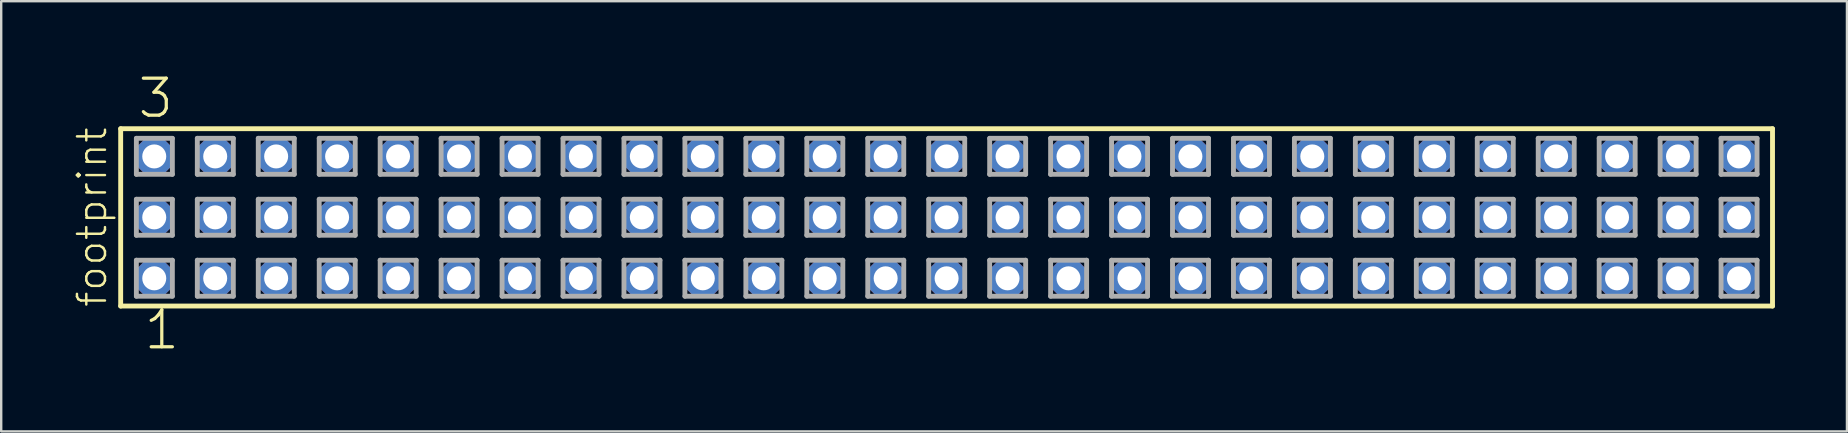
<source format=kicad_pcb>
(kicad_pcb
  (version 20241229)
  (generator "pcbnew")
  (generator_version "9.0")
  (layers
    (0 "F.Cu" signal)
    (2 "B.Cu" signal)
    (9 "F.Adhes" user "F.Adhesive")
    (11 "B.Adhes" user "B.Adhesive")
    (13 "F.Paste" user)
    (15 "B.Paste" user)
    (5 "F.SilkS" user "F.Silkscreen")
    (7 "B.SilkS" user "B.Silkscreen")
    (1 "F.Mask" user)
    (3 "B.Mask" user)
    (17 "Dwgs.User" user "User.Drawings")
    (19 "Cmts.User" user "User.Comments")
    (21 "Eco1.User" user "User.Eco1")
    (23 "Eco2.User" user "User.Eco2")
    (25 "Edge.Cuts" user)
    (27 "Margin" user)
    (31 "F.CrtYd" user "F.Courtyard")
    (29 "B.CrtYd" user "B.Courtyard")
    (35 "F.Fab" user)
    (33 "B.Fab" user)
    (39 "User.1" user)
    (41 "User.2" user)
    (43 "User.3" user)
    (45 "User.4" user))
  (footprint "footprint"
    (layer "F.Cu")
    (at 36.398 6.009)
    (property "Reference" "footprint" (at -34.925 3.81 90) (layer "F.SilkS") (effects (font (size 1.168 1.168) (thickness 0.102)) (justify left bottom)))
    (fp_line (start -34.419 -3.695) (end 34.419 -3.695) (stroke (width 0.203) (type solid)) (layer "F.SilkS"))
    (fp_line (start -34.419 3.695) (end -34.419 -3.695) (stroke (width 0.203) (type solid)) (layer "F.SilkS"))
    (fp_line (start 34.419 -3.695) (end 34.419 3.695) (stroke (width 0.203) (type solid)) (layer "F.SilkS"))
    (fp_line (start 34.419 3.695) (end -34.419 3.695) (stroke (width 0.203) (type solid)) (layer "F.SilkS"))
    (fp_line (start -33.765 -3.295) (end -32.265 -3.295) (stroke (width 0.203) (type solid)) (layer "F.Fab"))
    (fp_line (start -33.765 -1.795) (end -33.765 -3.295) (stroke (width 0.203) (type solid)) (layer "F.Fab"))
    (fp_line (start -33.765 -0.755) (end -32.265 -0.755) (stroke (width 0.203) (type solid)) (layer "F.Fab"))
    (fp_line (start -33.765 0.745) (end -33.765 -0.755) (stroke (width 0.203) (type solid)) (layer "F.Fab"))
    (fp_line (start -33.765 1.785) (end -32.265 1.785) (stroke (width 0.203) (type solid)) (layer "F.Fab"))
    (fp_line (start -33.765 3.285) (end -33.765 1.785) (stroke (width 0.203) (type solid)) (layer "F.Fab"))
    (fp_line (start -32.265 -3.295) (end -32.265 -1.795) (stroke (width 0.203) (type solid)) (layer "F.Fab"))
    (fp_line (start -32.265 -1.795) (end -33.765 -1.795) (stroke (width 0.203) (type solid)) (layer "F.Fab"))
    (fp_line (start -32.265 -0.755) (end -32.265 0.745) (stroke (width 0.203) (type solid)) (layer "F.Fab"))
    (fp_line (start -32.265 0.745) (end -33.765 0.745) (stroke (width 0.203) (type solid)) (layer "F.Fab"))
    (fp_line (start -32.265 1.785) (end -32.265 3.285) (stroke (width 0.203) (type solid)) (layer "F.Fab"))
    (fp_line (start -32.265 3.285) (end -33.765 3.285) (stroke (width 0.203) (type solid)) (layer "F.Fab"))
    (fp_line (start -31.225 -3.295) (end -29.725 -3.295) (stroke (width 0.203) (type solid)) (layer "F.Fab"))
    (fp_line (start -31.225 -1.795) (end -31.225 -3.295) (stroke (width 0.203) (type solid)) (layer "F.Fab"))
    (fp_line (start -31.225 -0.755) (end -29.725 -0.755) (stroke (width 0.203) (type solid)) (layer "F.Fab"))
    (fp_line (start -31.225 0.745) (end -31.225 -0.755) (stroke (width 0.203) (type solid)) (layer "F.Fab"))
    (fp_line (start -31.225 1.785) (end -29.725 1.785) (stroke (width 0.203) (type solid)) (layer "F.Fab"))
    (fp_line (start -31.225 3.285) (end -31.225 1.785) (stroke (width 0.203) (type solid)) (layer "F.Fab"))
    (fp_line (start -29.725 -3.295) (end -29.725 -1.795) (stroke (width 0.203) (type solid)) (layer "F.Fab"))
    (fp_line (start -29.725 -1.795) (end -31.225 -1.795) (stroke (width 0.203) (type solid)) (layer "F.Fab"))
    (fp_line (start -29.725 -0.755) (end -29.725 0.745) (stroke (width 0.203) (type solid)) (layer "F.Fab"))
    (fp_line (start -29.725 0.745) (end -31.225 0.745) (stroke (width 0.203) (type solid)) (layer "F.Fab"))
    (fp_line (start -29.725 1.785) (end -29.725 3.285) (stroke (width 0.203) (type solid)) (layer "F.Fab"))
    (fp_line (start -29.725 3.285) (end -31.225 3.285) (stroke (width 0.203) (type solid)) (layer "F.Fab"))
    (fp_line (start -28.685 -3.295) (end -27.185 -3.295) (stroke (width 0.203) (type solid)) (layer "F.Fab"))
    (fp_line (start -28.685 -1.795) (end -28.685 -3.295) (stroke (width 0.203) (type solid)) (layer "F.Fab"))
    (fp_line (start -28.685 -0.755) (end -27.185 -0.755) (stroke (width 0.203) (type solid)) (layer "F.Fab"))
    (fp_line (start -28.685 0.745) (end -28.685 -0.755) (stroke (width 0.203) (type solid)) (layer "F.Fab"))
    (fp_line (start -28.685 1.785) (end -27.185 1.785) (stroke (width 0.203) (type solid)) (layer "F.Fab"))
    (fp_line (start -28.685 3.285) (end -28.685 1.785) (stroke (width 0.203) (type solid)) (layer "F.Fab"))
    (fp_line (start -27.185 -3.295) (end -27.185 -1.795) (stroke (width 0.203) (type solid)) (layer "F.Fab"))
    (fp_line (start -27.185 -1.795) (end -28.685 -1.795) (stroke (width 0.203) (type solid)) (layer "F.Fab"))
    (fp_line (start -27.185 -0.755) (end -27.185 0.745) (stroke (width 0.203) (type solid)) (layer "F.Fab"))
    (fp_line (start -27.185 0.745) (end -28.685 0.745) (stroke (width 0.203) (type solid)) (layer "F.Fab"))
    (fp_line (start -27.185 1.785) (end -27.185 3.285) (stroke (width 0.203) (type solid)) (layer "F.Fab"))
    (fp_line (start -27.185 3.285) (end -28.685 3.285) (stroke (width 0.203) (type solid)) (layer "F.Fab"))
    (fp_line (start -26.145 -3.295) (end -24.645 -3.295) (stroke (width 0.203) (type solid)) (layer "F.Fab"))
    (fp_line (start -26.145 -1.795) (end -26.145 -3.295) (stroke (width 0.203) (type solid)) (layer "F.Fab"))
    (fp_line (start -26.145 -0.755) (end -24.645 -0.755) (stroke (width 0.203) (type solid)) (layer "F.Fab"))
    (fp_line (start -26.145 0.745) (end -26.145 -0.755) (stroke (width 0.203) (type solid)) (layer "F.Fab"))
    (fp_line (start -26.145 1.785) (end -24.645 1.785) (stroke (width 0.203) (type solid)) (layer "F.Fab"))
    (fp_line (start -26.145 3.285) (end -26.145 1.785) (stroke (width 0.203) (type solid)) (layer "F.Fab"))
    (fp_line (start -24.645 -3.295) (end -24.645 -1.795) (stroke (width 0.203) (type solid)) (layer "F.Fab"))
    (fp_line (start -24.645 -1.795) (end -26.145 -1.795) (stroke (width 0.203) (type solid)) (layer "F.Fab"))
    (fp_line (start -24.645 -0.755) (end -24.645 0.745) (stroke (width 0.203) (type solid)) (layer "F.Fab"))
    (fp_line (start -24.645 0.745) (end -26.145 0.745) (stroke (width 0.203) (type solid)) (layer "F.Fab"))
    (fp_line (start -24.645 1.785) (end -24.645 3.285) (stroke (width 0.203) (type solid)) (layer "F.Fab"))
    (fp_line (start -24.645 3.285) (end -26.145 3.285) (stroke (width 0.203) (type solid)) (layer "F.Fab"))
    (fp_line (start -23.605 -3.295) (end -22.105 -3.295) (stroke (width 0.203) (type solid)) (layer "F.Fab"))
    (fp_line (start -23.605 -1.795) (end -23.605 -3.295) (stroke (width 0.203) (type solid)) (layer "F.Fab"))
    (fp_line (start -23.605 -0.755) (end -22.105 -0.755) (stroke (width 0.203) (type solid)) (layer "F.Fab"))
    (fp_line (start -23.605 0.745) (end -23.605 -0.755) (stroke (width 0.203) (type solid)) (layer "F.Fab"))
    (fp_line (start -23.605 1.785) (end -22.105 1.785) (stroke (width 0.203) (type solid)) (layer "F.Fab"))
    (fp_line (start -23.605 3.285) (end -23.605 1.785) (stroke (width 0.203) (type solid)) (layer "F.Fab"))
    (fp_line (start -22.105 -3.295) (end -22.105 -1.795) (stroke (width 0.203) (type solid)) (layer "F.Fab"))
    (fp_line (start -22.105 -1.795) (end -23.605 -1.795) (stroke (width 0.203) (type solid)) (layer "F.Fab"))
    (fp_line (start -22.105 -0.755) (end -22.105 0.745) (stroke (width 0.203) (type solid)) (layer "F.Fab"))
    (fp_line (start -22.105 0.745) (end -23.605 0.745) (stroke (width 0.203) (type solid)) (layer "F.Fab"))
    (fp_line (start -22.105 1.785) (end -22.105 3.285) (stroke (width 0.203) (type solid)) (layer "F.Fab"))
    (fp_line (start -22.105 3.285) (end -23.605 3.285) (stroke (width 0.203) (type solid)) (layer "F.Fab"))
    (fp_line (start -21.065 -3.295) (end -19.565 -3.295) (stroke (width 0.203) (type solid)) (layer "F.Fab"))
    (fp_line (start -21.065 -1.795) (end -21.065 -3.295) (stroke (width 0.203) (type solid)) (layer "F.Fab"))
    (fp_line (start -21.065 -0.755) (end -19.565 -0.755) (stroke (width 0.203) (type solid)) (layer "F.Fab"))
    (fp_line (start -21.065 0.745) (end -21.065 -0.755) (stroke (width 0.203) (type solid)) (layer "F.Fab"))
    (fp_line (start -21.065 1.785) (end -19.565 1.785) (stroke (width 0.203) (type solid)) (layer "F.Fab"))
    (fp_line (start -21.065 3.285) (end -21.065 1.785) (stroke (width 0.203) (type solid)) (layer "F.Fab"))
    (fp_line (start -19.565 -3.295) (end -19.565 -1.795) (stroke (width 0.203) (type solid)) (layer "F.Fab"))
    (fp_line (start -19.565 -1.795) (end -21.065 -1.795) (stroke (width 0.203) (type solid)) (layer "F.Fab"))
    (fp_line (start -19.565 -0.755) (end -19.565 0.745) (stroke (width 0.203) (type solid)) (layer "F.Fab"))
    (fp_line (start -19.565 0.745) (end -21.065 0.745) (stroke (width 0.203) (type solid)) (layer "F.Fab"))
    (fp_line (start -19.565 1.785) (end -19.565 3.285) (stroke (width 0.203) (type solid)) (layer "F.Fab"))
    (fp_line (start -19.565 3.285) (end -21.065 3.285) (stroke (width 0.203) (type solid)) (layer "F.Fab"))
    (fp_line (start -18.525 -3.295) (end -17.025 -3.295) (stroke (width 0.203) (type solid)) (layer "F.Fab"))
    (fp_line (start -18.525 -1.795) (end -18.525 -3.295) (stroke (width 0.203) (type solid)) (layer "F.Fab"))
    (fp_line (start -18.525 -0.755) (end -17.025 -0.755) (stroke (width 0.203) (type solid)) (layer "F.Fab"))
    (fp_line (start -18.525 0.745) (end -18.525 -0.755) (stroke (width 0.203) (type solid)) (layer "F.Fab"))
    (fp_line (start -18.525 1.785) (end -17.025 1.785) (stroke (width 0.203) (type solid)) (layer "F.Fab"))
    (fp_line (start -18.525 3.285) (end -18.525 1.785) (stroke (width 0.203) (type solid)) (layer "F.Fab"))
    (fp_line (start -17.025 -3.295) (end -17.025 -1.795) (stroke (width 0.203) (type solid)) (layer "F.Fab"))
    (fp_line (start -17.025 -1.795) (end -18.525 -1.795) (stroke (width 0.203) (type solid)) (layer "F.Fab"))
    (fp_line (start -17.025 -0.755) (end -17.025 0.745) (stroke (width 0.203) (type solid)) (layer "F.Fab"))
    (fp_line (start -17.025 0.745) (end -18.525 0.745) (stroke (width 0.203) (type solid)) (layer "F.Fab"))
    (fp_line (start -17.025 1.785) (end -17.025 3.285) (stroke (width 0.203) (type solid)) (layer "F.Fab"))
    (fp_line (start -17.025 3.285) (end -18.525 3.285) (stroke (width 0.203) (type solid)) (layer "F.Fab"))
    (fp_line (start -15.985 -3.295) (end -14.485 -3.295) (stroke (width 0.203) (type solid)) (layer "F.Fab"))
    (fp_line (start -15.985 -1.795) (end -15.985 -3.295) (stroke (width 0.203) (type solid)) (layer "F.Fab"))
    (fp_line (start -15.985 -0.755) (end -14.485 -0.755) (stroke (width 0.203) (type solid)) (layer "F.Fab"))
    (fp_line (start -15.985 0.745) (end -15.985 -0.755) (stroke (width 0.203) (type solid)) (layer "F.Fab"))
    (fp_line (start -15.985 1.785) (end -14.485 1.785) (stroke (width 0.203) (type solid)) (layer "F.Fab"))
    (fp_line (start -15.985 3.285) (end -15.985 1.785) (stroke (width 0.203) (type solid)) (layer "F.Fab"))
    (fp_line (start -14.485 -3.295) (end -14.485 -1.795) (stroke (width 0.203) (type solid)) (layer "F.Fab"))
    (fp_line (start -14.485 -1.795) (end -15.985 -1.795) (stroke (width 0.203) (type solid)) (layer "F.Fab"))
    (fp_line (start -14.485 -0.755) (end -14.485 0.745) (stroke (width 0.203) (type solid)) (layer "F.Fab"))
    (fp_line (start -14.485 0.745) (end -15.985 0.745) (stroke (width 0.203) (type solid)) (layer "F.Fab"))
    (fp_line (start -14.485 1.785) (end -14.485 3.285) (stroke (width 0.203) (type solid)) (layer "F.Fab"))
    (fp_line (start -14.485 3.285) (end -15.985 3.285) (stroke (width 0.203) (type solid)) (layer "F.Fab"))
    (fp_line (start -13.445 -3.295) (end -11.945 -3.295) (stroke (width 0.203) (type solid)) (layer "F.Fab"))
    (fp_line (start -13.445 -1.795) (end -13.445 -3.295) (stroke (width 0.203) (type solid)) (layer "F.Fab"))
    (fp_line (start -13.445 -0.755) (end -11.945 -0.755) (stroke (width 0.203) (type solid)) (layer "F.Fab"))
    (fp_line (start -13.445 0.745) (end -13.445 -0.755) (stroke (width 0.203) (type solid)) (layer "F.Fab"))
    (fp_line (start -13.445 1.785) (end -11.945 1.785) (stroke (width 0.203) (type solid)) (layer "F.Fab"))
    (fp_line (start -13.445 3.285) (end -13.445 1.785) (stroke (width 0.203) (type solid)) (layer "F.Fab"))
    (fp_line (start -11.945 -3.295) (end -11.945 -1.795) (stroke (width 0.203) (type solid)) (layer "F.Fab"))
    (fp_line (start -11.945 -1.795) (end -13.445 -1.795) (stroke (width 0.203) (type solid)) (layer "F.Fab"))
    (fp_line (start -11.945 -0.755) (end -11.945 0.745) (stroke (width 0.203) (type solid)) (layer "F.Fab"))
    (fp_line (start -11.945 0.745) (end -13.445 0.745) (stroke (width 0.203) (type solid)) (layer "F.Fab"))
    (fp_line (start -11.945 1.785) (end -11.945 3.285) (stroke (width 0.203) (type solid)) (layer "F.Fab"))
    (fp_line (start -11.945 3.285) (end -13.445 3.285) (stroke (width 0.203) (type solid)) (layer "F.Fab"))
    (fp_line (start -10.905 -3.295) (end -9.405 -3.295) (stroke (width 0.203) (type solid)) (layer "F.Fab"))
    (fp_line (start -10.905 -1.795) (end -10.905 -3.295) (stroke (width 0.203) (type solid)) (layer "F.Fab"))
    (fp_line (start -10.905 -0.755) (end -9.405 -0.755) (stroke (width 0.203) (type solid)) (layer "F.Fab"))
    (fp_line (start -10.905 0.745) (end -10.905 -0.755) (stroke (width 0.203) (type solid)) (layer "F.Fab"))
    (fp_line (start -10.905 1.785) (end -9.405 1.785) (stroke (width 0.203) (type solid)) (layer "F.Fab"))
    (fp_line (start -10.905 3.285) (end -10.905 1.785) (stroke (width 0.203) (type solid)) (layer "F.Fab"))
    (fp_line (start -9.405 -3.295) (end -9.405 -1.795) (stroke (width 0.203) (type solid)) (layer "F.Fab"))
    (fp_line (start -9.405 -1.795) (end -10.905 -1.795) (stroke (width 0.203) (type solid)) (layer "F.Fab"))
    (fp_line (start -9.405 -0.755) (end -9.405 0.745) (stroke (width 0.203) (type solid)) (layer "F.Fab"))
    (fp_line (start -9.405 0.745) (end -10.905 0.745) (stroke (width 0.203) (type solid)) (layer "F.Fab"))
    (fp_line (start -9.405 1.785) (end -9.405 3.285) (stroke (width 0.203) (type solid)) (layer "F.Fab"))
    (fp_line (start -9.405 3.285) (end -10.905 3.285) (stroke (width 0.203) (type solid)) (layer "F.Fab"))
    (fp_line (start -8.365 -3.295) (end -6.865 -3.295) (stroke (width 0.203) (type solid)) (layer "F.Fab"))
    (fp_line (start -8.365 -1.795) (end -8.365 -3.295) (stroke (width 0.203) (type solid)) (layer "F.Fab"))
    (fp_line (start -8.365 -0.755) (end -6.865 -0.755) (stroke (width 0.203) (type solid)) (layer "F.Fab"))
    (fp_line (start -8.365 0.745) (end -8.365 -0.755) (stroke (width 0.203) (type solid)) (layer "F.Fab"))
    (fp_line (start -8.365 1.785) (end -6.865 1.785) (stroke (width 0.203) (type solid)) (layer "F.Fab"))
    (fp_line (start -8.365 3.285) (end -8.365 1.785) (stroke (width 0.203) (type solid)) (layer "F.Fab"))
    (fp_line (start -6.865 -3.295) (end -6.865 -1.795) (stroke (width 0.203) (type solid)) (layer "F.Fab"))
    (fp_line (start -6.865 -1.795) (end -8.365 -1.795) (stroke (width 0.203) (type solid)) (layer "F.Fab"))
    (fp_line (start -6.865 -0.755) (end -6.865 0.745) (stroke (width 0.203) (type solid)) (layer "F.Fab"))
    (fp_line (start -6.865 0.745) (end -8.365 0.745) (stroke (width 0.203) (type solid)) (layer "F.Fab"))
    (fp_line (start -6.865 1.785) (end -6.865 3.285) (stroke (width 0.203) (type solid)) (layer "F.Fab"))
    (fp_line (start -6.865 3.285) (end -8.365 3.285) (stroke (width 0.203) (type solid)) (layer "F.Fab"))
    (fp_line (start -5.825 -3.295) (end -4.325 -3.295) (stroke (width 0.203) (type solid)) (layer "F.Fab"))
    (fp_line (start -5.825 -1.795) (end -5.825 -3.295) (stroke (width 0.203) (type solid)) (layer "F.Fab"))
    (fp_line (start -5.825 -0.755) (end -4.325 -0.755) (stroke (width 0.203) (type solid)) (layer "F.Fab"))
    (fp_line (start -5.825 0.745) (end -5.825 -0.755) (stroke (width 0.203) (type solid)) (layer "F.Fab"))
    (fp_line (start -5.825 1.785) (end -4.325 1.785) (stroke (width 0.203) (type solid)) (layer "F.Fab"))
    (fp_line (start -5.825 3.285) (end -5.825 1.785) (stroke (width 0.203) (type solid)) (layer "F.Fab"))
    (fp_line (start -4.325 -3.295) (end -4.325 -1.795) (stroke (width 0.203) (type solid)) (layer "F.Fab"))
    (fp_line (start -4.325 -1.795) (end -5.825 -1.795) (stroke (width 0.203) (type solid)) (layer "F.Fab"))
    (fp_line (start -4.325 -0.755) (end -4.325 0.745) (stroke (width 0.203) (type solid)) (layer "F.Fab"))
    (fp_line (start -4.325 0.745) (end -5.825 0.745) (stroke (width 0.203) (type solid)) (layer "F.Fab"))
    (fp_line (start -4.325 1.785) (end -4.325 3.285) (stroke (width 0.203) (type solid)) (layer "F.Fab"))
    (fp_line (start -4.325 3.285) (end -5.825 3.285) (stroke (width 0.203) (type solid)) (layer "F.Fab"))
    (fp_line (start -3.285 -3.295) (end -1.785 -3.295) (stroke (width 0.203) (type solid)) (layer "F.Fab"))
    (fp_line (start -3.285 -1.795) (end -3.285 -3.295) (stroke (width 0.203) (type solid)) (layer "F.Fab"))
    (fp_line (start -3.285 -0.755) (end -1.785 -0.755) (stroke (width 0.203) (type solid)) (layer "F.Fab"))
    (fp_line (start -3.285 0.745) (end -3.285 -0.755) (stroke (width 0.203) (type solid)) (layer "F.Fab"))
    (fp_line (start -3.285 1.785) (end -1.785 1.785) (stroke (width 0.203) (type solid)) (layer "F.Fab"))
    (fp_line (start -3.285 3.285) (end -3.285 1.785) (stroke (width 0.203) (type solid)) (layer "F.Fab"))
    (fp_line (start -1.785 -3.295) (end -1.785 -1.795) (stroke (width 0.203) (type solid)) (layer "F.Fab"))
    (fp_line (start -1.785 -1.795) (end -3.285 -1.795) (stroke (width 0.203) (type solid)) (layer "F.Fab"))
    (fp_line (start -1.785 -0.755) (end -1.785 0.745) (stroke (width 0.203) (type solid)) (layer "F.Fab"))
    (fp_line (start -1.785 0.745) (end -3.285 0.745) (stroke (width 0.203) (type solid)) (layer "F.Fab"))
    (fp_line (start -1.785 1.785) (end -1.785 3.285) (stroke (width 0.203) (type solid)) (layer "F.Fab"))
    (fp_line (start -1.785 3.285) (end -3.285 3.285) (stroke (width 0.203) (type solid)) (layer "F.Fab"))
    (fp_line (start -0.745 -3.295) (end 0.755 -3.295) (stroke (width 0.203) (type solid)) (layer "F.Fab"))
    (fp_line (start -0.745 -1.795) (end -0.745 -3.295) (stroke (width 0.203) (type solid)) (layer "F.Fab"))
    (fp_line (start -0.745 -0.755) (end 0.755 -0.755) (stroke (width 0.203) (type solid)) (layer "F.Fab"))
    (fp_line (start -0.745 0.745) (end -0.745 -0.755) (stroke (width 0.203) (type solid)) (layer "F.Fab"))
    (fp_line (start -0.745 1.785) (end 0.755 1.785) (stroke (width 0.203) (type solid)) (layer "F.Fab"))
    (fp_line (start -0.745 3.285) (end -0.745 1.785) (stroke (width 0.203) (type solid)) (layer "F.Fab"))
    (fp_line (start 0.755 -3.295) (end 0.755 -1.795) (stroke (width 0.203) (type solid)) (layer "F.Fab"))
    (fp_line (start 0.755 -1.795) (end -0.745 -1.795) (stroke (width 0.203) (type solid)) (layer "F.Fab"))
    (fp_line (start 0.755 -0.755) (end 0.755 0.745) (stroke (width 0.203) (type solid)) (layer "F.Fab"))
    (fp_line (start 0.755 0.745) (end -0.745 0.745) (stroke (width 0.203) (type solid)) (layer "F.Fab"))
    (fp_line (start 0.755 1.785) (end 0.755 3.285) (stroke (width 0.203) (type solid)) (layer "F.Fab"))
    (fp_line (start 0.755 3.285) (end -0.745 3.285) (stroke (width 0.203) (type solid)) (layer "F.Fab"))
    (fp_line (start 1.795 -3.295) (end 3.295 -3.295) (stroke (width 0.203) (type solid)) (layer "F.Fab"))
    (fp_line (start 1.795 -1.795) (end 1.795 -3.295) (stroke (width 0.203) (type solid)) (layer "F.Fab"))
    (fp_line (start 1.795 -0.755) (end 3.295 -0.755) (stroke (width 0.203) (type solid)) (layer "F.Fab"))
    (fp_line (start 1.795 0.745) (end 1.795 -0.755) (stroke (width 0.203) (type solid)) (layer "F.Fab"))
    (fp_line (start 1.795 1.785) (end 3.295 1.785) (stroke (width 0.203) (type solid)) (layer "F.Fab"))
    (fp_line (start 1.795 3.285) (end 1.795 1.785) (stroke (width 0.203) (type solid)) (layer "F.Fab"))
    (fp_line (start 3.295 -3.295) (end 3.295 -1.795) (stroke (width 0.203) (type solid)) (layer "F.Fab"))
    (fp_line (start 3.295 -1.795) (end 1.795 -1.795) (stroke (width 0.203) (type solid)) (layer "F.Fab"))
    (fp_line (start 3.295 -0.755) (end 3.295 0.745) (stroke (width 0.203) (type solid)) (layer "F.Fab"))
    (fp_line (start 3.295 0.745) (end 1.795 0.745) (stroke (width 0.203) (type solid)) (layer "F.Fab"))
    (fp_line (start 3.295 1.785) (end 3.295 3.285) (stroke (width 0.203) (type solid)) (layer "F.Fab"))
    (fp_line (start 3.295 3.285) (end 1.795 3.285) (stroke (width 0.203) (type solid)) (layer "F.Fab"))
    (fp_line (start 4.335 -3.295) (end 5.835 -3.295) (stroke (width 0.203) (type solid)) (layer "F.Fab"))
    (fp_line (start 4.335 -1.795) (end 4.335 -3.295) (stroke (width 0.203) (type solid)) (layer "F.Fab"))
    (fp_line (start 4.335 -0.755) (end 5.835 -0.755) (stroke (width 0.203) (type solid)) (layer "F.Fab"))
    (fp_line (start 4.335 0.745) (end 4.335 -0.755) (stroke (width 0.203) (type solid)) (layer "F.Fab"))
    (fp_line (start 4.335 1.785) (end 5.835 1.785) (stroke (width 0.203) (type solid)) (layer "F.Fab"))
    (fp_line (start 4.335 3.285) (end 4.335 1.785) (stroke (width 0.203) (type solid)) (layer "F.Fab"))
    (fp_line (start 5.835 -3.295) (end 5.835 -1.795) (stroke (width 0.203) (type solid)) (layer "F.Fab"))
    (fp_line (start 5.835 -1.795) (end 4.335 -1.795) (stroke (width 0.203) (type solid)) (layer "F.Fab"))
    (fp_line (start 5.835 -0.755) (end 5.835 0.745) (stroke (width 0.203) (type solid)) (layer "F.Fab"))
    (fp_line (start 5.835 0.745) (end 4.335 0.745) (stroke (width 0.203) (type solid)) (layer "F.Fab"))
    (fp_line (start 5.835 1.785) (end 5.835 3.285) (stroke (width 0.203) (type solid)) (layer "F.Fab"))
    (fp_line (start 5.835 3.285) (end 4.335 3.285) (stroke (width 0.203) (type solid)) (layer "F.Fab"))
    (fp_line (start 6.875 -3.295) (end 8.375 -3.295) (stroke (width 0.203) (type solid)) (layer "F.Fab"))
    (fp_line (start 6.875 -1.795) (end 6.875 -3.295) (stroke (width 0.203) (type solid)) (layer "F.Fab"))
    (fp_line (start 6.875 -0.755) (end 8.375 -0.755) (stroke (width 0.203) (type solid)) (layer "F.Fab"))
    (fp_line (start 6.875 0.745) (end 6.875 -0.755) (stroke (width 0.203) (type solid)) (layer "F.Fab"))
    (fp_line (start 6.875 1.785) (end 8.375 1.785) (stroke (width 0.203) (type solid)) (layer "F.Fab"))
    (fp_line (start 6.875 3.285) (end 6.875 1.785) (stroke (width 0.203) (type solid)) (layer "F.Fab"))
    (fp_line (start 8.375 -3.295) (end 8.375 -1.795) (stroke (width 0.203) (type solid)) (layer "F.Fab"))
    (fp_line (start 8.375 -1.795) (end 6.875 -1.795) (stroke (width 0.203) (type solid)) (layer "F.Fab"))
    (fp_line (start 8.375 -0.755) (end 8.375 0.745) (stroke (width 0.203) (type solid)) (layer "F.Fab"))
    (fp_line (start 8.375 0.745) (end 6.875 0.745) (stroke (width 0.203) (type solid)) (layer "F.Fab"))
    (fp_line (start 8.375 1.785) (end 8.375 3.285) (stroke (width 0.203) (type solid)) (layer "F.Fab"))
    (fp_line (start 8.375 3.285) (end 6.875 3.285) (stroke (width 0.203) (type solid)) (layer "F.Fab"))
    (fp_line (start 9.415 -3.295) (end 10.915 -3.295) (stroke (width 0.203) (type solid)) (layer "F.Fab"))
    (fp_line (start 9.415 -1.795) (end 9.415 -3.295) (stroke (width 0.203) (type solid)) (layer "F.Fab"))
    (fp_line (start 9.415 -0.755) (end 10.915 -0.755) (stroke (width 0.203) (type solid)) (layer "F.Fab"))
    (fp_line (start 9.415 0.745) (end 9.415 -0.755) (stroke (width 0.203) (type solid)) (layer "F.Fab"))
    (fp_line (start 9.415 1.785) (end 10.915 1.785) (stroke (width 0.203) (type solid)) (layer "F.Fab"))
    (fp_line (start 9.415 3.285) (end 9.415 1.785) (stroke (width 0.203) (type solid)) (layer "F.Fab"))
    (fp_line (start 10.915 -3.295) (end 10.915 -1.795) (stroke (width 0.203) (type solid)) (layer "F.Fab"))
    (fp_line (start 10.915 -1.795) (end 9.415 -1.795) (stroke (width 0.203) (type solid)) (layer "F.Fab"))
    (fp_line (start 10.915 -0.755) (end 10.915 0.745) (stroke (width 0.203) (type solid)) (layer "F.Fab"))
    (fp_line (start 10.915 0.745) (end 9.415 0.745) (stroke (width 0.203) (type solid)) (layer "F.Fab"))
    (fp_line (start 10.915 1.785) (end 10.915 3.285) (stroke (width 0.203) (type solid)) (layer "F.Fab"))
    (fp_line (start 10.915 3.285) (end 9.415 3.285) (stroke (width 0.203) (type solid)) (layer "F.Fab"))
    (fp_line (start 11.955 -3.295) (end 13.455 -3.295) (stroke (width 0.203) (type solid)) (layer "F.Fab"))
    (fp_line (start 11.955 -1.795) (end 11.955 -3.295) (stroke (width 0.203) (type solid)) (layer "F.Fab"))
    (fp_line (start 11.955 -0.755) (end 13.455 -0.755) (stroke (width 0.203) (type solid)) (layer "F.Fab"))
    (fp_line (start 11.955 0.745) (end 11.955 -0.755) (stroke (width 0.203) (type solid)) (layer "F.Fab"))
    (fp_line (start 11.955 1.785) (end 13.455 1.785) (stroke (width 0.203) (type solid)) (layer "F.Fab"))
    (fp_line (start 11.955 3.285) (end 11.955 1.785) (stroke (width 0.203) (type solid)) (layer "F.Fab"))
    (fp_line (start 13.455 -3.295) (end 13.455 -1.795) (stroke (width 0.203) (type solid)) (layer "F.Fab"))
    (fp_line (start 13.455 -1.795) (end 11.955 -1.795) (stroke (width 0.203) (type solid)) (layer "F.Fab"))
    (fp_line (start 13.455 -0.755) (end 13.455 0.745) (stroke (width 0.203) (type solid)) (layer "F.Fab"))
    (fp_line (start 13.455 0.745) (end 11.955 0.745) (stroke (width 0.203) (type solid)) (layer "F.Fab"))
    (fp_line (start 13.455 1.785) (end 13.455 3.285) (stroke (width 0.203) (type solid)) (layer "F.Fab"))
    (fp_line (start 13.455 3.285) (end 11.955 3.285) (stroke (width 0.203) (type solid)) (layer "F.Fab"))
    (fp_line (start 14.495 -3.295) (end 15.995 -3.295) (stroke (width 0.203) (type solid)) (layer "F.Fab"))
    (fp_line (start 14.495 -1.795) (end 14.495 -3.295) (stroke (width 0.203) (type solid)) (layer "F.Fab"))
    (fp_line (start 14.495 -0.755) (end 15.995 -0.755) (stroke (width 0.203) (type solid)) (layer "F.Fab"))
    (fp_line (start 14.495 0.745) (end 14.495 -0.755) (stroke (width 0.203) (type solid)) (layer "F.Fab"))
    (fp_line (start 14.495 1.785) (end 15.995 1.785) (stroke (width 0.203) (type solid)) (layer "F.Fab"))
    (fp_line (start 14.495 3.285) (end 14.495 1.785) (stroke (width 0.203) (type solid)) (layer "F.Fab"))
    (fp_line (start 15.995 -3.295) (end 15.995 -1.795) (stroke (width 0.203) (type solid)) (layer "F.Fab"))
    (fp_line (start 15.995 -1.795) (end 14.495 -1.795) (stroke (width 0.203) (type solid)) (layer "F.Fab"))
    (fp_line (start 15.995 -0.755) (end 15.995 0.745) (stroke (width 0.203) (type solid)) (layer "F.Fab"))
    (fp_line (start 15.995 0.745) (end 14.495 0.745) (stroke (width 0.203) (type solid)) (layer "F.Fab"))
    (fp_line (start 15.995 1.785) (end 15.995 3.285) (stroke (width 0.203) (type solid)) (layer "F.Fab"))
    (fp_line (start 15.995 3.285) (end 14.495 3.285) (stroke (width 0.203) (type solid)) (layer "F.Fab"))
    (fp_line (start 17.035 -3.295) (end 18.535 -3.295) (stroke (width 0.203) (type solid)) (layer "F.Fab"))
    (fp_line (start 17.035 -1.795) (end 17.035 -3.295) (stroke (width 0.203) (type solid)) (layer "F.Fab"))
    (fp_line (start 17.035 -0.755) (end 18.535 -0.755) (stroke (width 0.203) (type solid)) (layer "F.Fab"))
    (fp_line (start 17.035 0.745) (end 17.035 -0.755) (stroke (width 0.203) (type solid)) (layer "F.Fab"))
    (fp_line (start 17.035 1.785) (end 18.535 1.785) (stroke (width 0.203) (type solid)) (layer "F.Fab"))
    (fp_line (start 17.035 3.285) (end 17.035 1.785) (stroke (width 0.203) (type solid)) (layer "F.Fab"))
    (fp_line (start 18.535 -3.295) (end 18.535 -1.795) (stroke (width 0.203) (type solid)) (layer "F.Fab"))
    (fp_line (start 18.535 -1.795) (end 17.035 -1.795) (stroke (width 0.203) (type solid)) (layer "F.Fab"))
    (fp_line (start 18.535 -0.755) (end 18.535 0.745) (stroke (width 0.203) (type solid)) (layer "F.Fab"))
    (fp_line (start 18.535 0.745) (end 17.035 0.745) (stroke (width 0.203) (type solid)) (layer "F.Fab"))
    (fp_line (start 18.535 1.785) (end 18.535 3.285) (stroke (width 0.203) (type solid)) (layer "F.Fab"))
    (fp_line (start 18.535 3.285) (end 17.035 3.285) (stroke (width 0.203) (type solid)) (layer "F.Fab"))
    (fp_line (start 19.575 -3.295) (end 21.075 -3.295) (stroke (width 0.203) (type solid)) (layer "F.Fab"))
    (fp_line (start 19.575 -1.795) (end 19.575 -3.295) (stroke (width 0.203) (type solid)) (layer "F.Fab"))
    (fp_line (start 19.575 -0.755) (end 21.075 -0.755) (stroke (width 0.203) (type solid)) (layer "F.Fab"))
    (fp_line (start 19.575 0.745) (end 19.575 -0.755) (stroke (width 0.203) (type solid)) (layer "F.Fab"))
    (fp_line (start 19.575 1.785) (end 21.075 1.785) (stroke (width 0.203) (type solid)) (layer "F.Fab"))
    (fp_line (start 19.575 3.285) (end 19.575 1.785) (stroke (width 0.203) (type solid)) (layer "F.Fab"))
    (fp_line (start 21.075 -3.295) (end 21.075 -1.795) (stroke (width 0.203) (type solid)) (layer "F.Fab"))
    (fp_line (start 21.075 -1.795) (end 19.575 -1.795) (stroke (width 0.203) (type solid)) (layer "F.Fab"))
    (fp_line (start 21.075 -0.755) (end 21.075 0.745) (stroke (width 0.203) (type solid)) (layer "F.Fab"))
    (fp_line (start 21.075 0.745) (end 19.575 0.745) (stroke (width 0.203) (type solid)) (layer "F.Fab"))
    (fp_line (start 21.075 1.785) (end 21.075 3.285) (stroke (width 0.203) (type solid)) (layer "F.Fab"))
    (fp_line (start 21.075 3.285) (end 19.575 3.285) (stroke (width 0.203) (type solid)) (layer "F.Fab"))
    (fp_line (start 22.115 -3.295) (end 23.615 -3.295) (stroke (width 0.203) (type solid)) (layer "F.Fab"))
    (fp_line (start 22.115 -1.795) (end 22.115 -3.295) (stroke (width 0.203) (type solid)) (layer "F.Fab"))
    (fp_line (start 22.115 -0.755) (end 23.615 -0.755) (stroke (width 0.203) (type solid)) (layer "F.Fab"))
    (fp_line (start 22.115 0.745) (end 22.115 -0.755) (stroke (width 0.203) (type solid)) (layer "F.Fab"))
    (fp_line (start 22.115 1.785) (end 23.615 1.785) (stroke (width 0.203) (type solid)) (layer "F.Fab"))
    (fp_line (start 22.115 3.285) (end 22.115 1.785) (stroke (width 0.203) (type solid)) (layer "F.Fab"))
    (fp_line (start 23.615 -3.295) (end 23.615 -1.795) (stroke (width 0.203) (type solid)) (layer "F.Fab"))
    (fp_line (start 23.615 -1.795) (end 22.115 -1.795) (stroke (width 0.203) (type solid)) (layer "F.Fab"))
    (fp_line (start 23.615 -0.755) (end 23.615 0.745) (stroke (width 0.203) (type solid)) (layer "F.Fab"))
    (fp_line (start 23.615 0.745) (end 22.115 0.745) (stroke (width 0.203) (type solid)) (layer "F.Fab"))
    (fp_line (start 23.615 1.785) (end 23.615 3.285) (stroke (width 0.203) (type solid)) (layer "F.Fab"))
    (fp_line (start 23.615 3.285) (end 22.115 3.285) (stroke (width 0.203) (type solid)) (layer "F.Fab"))
    (fp_line (start 24.655 -3.295) (end 26.155 -3.295) (stroke (width 0.203) (type solid)) (layer "F.Fab"))
    (fp_line (start 24.655 -1.795) (end 24.655 -3.295) (stroke (width 0.203) (type solid)) (layer "F.Fab"))
    (fp_line (start 24.655 -0.755) (end 26.155 -0.755) (stroke (width 0.203) (type solid)) (layer "F.Fab"))
    (fp_line (start 24.655 0.745) (end 24.655 -0.755) (stroke (width 0.203) (type solid)) (layer "F.Fab"))
    (fp_line (start 24.655 1.785) (end 26.155 1.785) (stroke (width 0.203) (type solid)) (layer "F.Fab"))
    (fp_line (start 24.655 3.285) (end 24.655 1.785) (stroke (width 0.203) (type solid)) (layer "F.Fab"))
    (fp_line (start 26.155 -3.295) (end 26.155 -1.795) (stroke (width 0.203) (type solid)) (layer "F.Fab"))
    (fp_line (start 26.155 -1.795) (end 24.655 -1.795) (stroke (width 0.203) (type solid)) (layer "F.Fab"))
    (fp_line (start 26.155 -0.755) (end 26.155 0.745) (stroke (width 0.203) (type solid)) (layer "F.Fab"))
    (fp_line (start 26.155 0.745) (end 24.655 0.745) (stroke (width 0.203) (type solid)) (layer "F.Fab"))
    (fp_line (start 26.155 1.785) (end 26.155 3.285) (stroke (width 0.203) (type solid)) (layer "F.Fab"))
    (fp_line (start 26.155 3.285) (end 24.655 3.285) (stroke (width 0.203) (type solid)) (layer "F.Fab"))
    (fp_line (start 27.195 -3.295) (end 28.695 -3.295) (stroke (width 0.203) (type solid)) (layer "F.Fab"))
    (fp_line (start 27.195 -1.795) (end 27.195 -3.295) (stroke (width 0.203) (type solid)) (layer "F.Fab"))
    (fp_line (start 27.195 -0.755) (end 28.695 -0.755) (stroke (width 0.203) (type solid)) (layer "F.Fab"))
    (fp_line (start 27.195 0.745) (end 27.195 -0.755) (stroke (width 0.203) (type solid)) (layer "F.Fab"))
    (fp_line (start 27.195 1.785) (end 28.695 1.785) (stroke (width 0.203) (type solid)) (layer "F.Fab"))
    (fp_line (start 27.195 3.285) (end 27.195 1.785) (stroke (width 0.203) (type solid)) (layer "F.Fab"))
    (fp_line (start 28.695 -3.295) (end 28.695 -1.795) (stroke (width 0.203) (type solid)) (layer "F.Fab"))
    (fp_line (start 28.695 -1.795) (end 27.195 -1.795) (stroke (width 0.203) (type solid)) (layer "F.Fab"))
    (fp_line (start 28.695 -0.755) (end 28.695 0.745) (stroke (width 0.203) (type solid)) (layer "F.Fab"))
    (fp_line (start 28.695 0.745) (end 27.195 0.745) (stroke (width 0.203) (type solid)) (layer "F.Fab"))
    (fp_line (start 28.695 1.785) (end 28.695 3.285) (stroke (width 0.203) (type solid)) (layer "F.Fab"))
    (fp_line (start 28.695 3.285) (end 27.195 3.285) (stroke (width 0.203) (type solid)) (layer "F.Fab"))
    (fp_line (start 29.735 -3.295) (end 31.235 -3.295) (stroke (width 0.203) (type solid)) (layer "F.Fab"))
    (fp_line (start 29.735 -1.795) (end 29.735 -3.295) (stroke (width 0.203) (type solid)) (layer "F.Fab"))
    (fp_line (start 29.735 -0.755) (end 31.235 -0.755) (stroke (width 0.203) (type solid)) (layer "F.Fab"))
    (fp_line (start 29.735 0.745) (end 29.735 -0.755) (stroke (width 0.203) (type solid)) (layer "F.Fab"))
    (fp_line (start 29.735 1.785) (end 31.235 1.785) (stroke (width 0.203) (type solid)) (layer "F.Fab"))
    (fp_line (start 29.735 3.285) (end 29.735 1.785) (stroke (width 0.203) (type solid)) (layer "F.Fab"))
    (fp_line (start 31.235 -3.295) (end 31.235 -1.795) (stroke (width 0.203) (type solid)) (layer "F.Fab"))
    (fp_line (start 31.235 -1.795) (end 29.735 -1.795) (stroke (width 0.203) (type solid)) (layer "F.Fab"))
    (fp_line (start 31.235 -0.755) (end 31.235 0.745) (stroke (width 0.203) (type solid)) (layer "F.Fab"))
    (fp_line (start 31.235 0.745) (end 29.735 0.745) (stroke (width 0.203) (type solid)) (layer "F.Fab"))
    (fp_line (start 31.235 1.785) (end 31.235 3.285) (stroke (width 0.203) (type solid)) (layer "F.Fab"))
    (fp_line (start 31.235 3.285) (end 29.735 3.285) (stroke (width 0.203) (type solid)) (layer "F.Fab"))
    (fp_line (start 32.275 -3.295) (end 33.775 -3.295) (stroke (width 0.203) (type solid)) (layer "F.Fab"))
    (fp_line (start 32.275 -1.795) (end 32.275 -3.295) (stroke (width 0.203) (type solid)) (layer "F.Fab"))
    (fp_line (start 32.275 -0.755) (end 33.775 -0.755) (stroke (width 0.203) (type solid)) (layer "F.Fab"))
    (fp_line (start 32.275 0.745) (end 32.275 -0.755) (stroke (width 0.203) (type solid)) (layer "F.Fab"))
    (fp_line (start 32.275 1.785) (end 33.775 1.785) (stroke (width 0.203) (type solid)) (layer "F.Fab"))
    (fp_line (start 32.275 3.285) (end 32.275 1.785) (stroke (width 0.203) (type solid)) (layer "F.Fab"))
    (fp_line (start 33.775 -3.295) (end 33.775 -1.795) (stroke (width 0.203) (type solid)) (layer "F.Fab"))
    (fp_line (start 33.775 -1.795) (end 32.275 -1.795) (stroke (width 0.203) (type solid)) (layer "F.Fab"))
    (fp_line (start 33.775 -0.755) (end 33.775 0.745) (stroke (width 0.203) (type solid)) (layer "F.Fab"))
    (fp_line (start 33.775 0.745) (end 32.275 0.745) (stroke (width 0.203) (type solid)) (layer "F.Fab"))
    (fp_line (start 33.775 1.785) (end 33.775 3.285) (stroke (width 0.203) (type solid)) (layer "F.Fab"))
    (fp_line (start 33.775 3.285) (end 32.275 3.285) (stroke (width 0.203) (type solid)) (layer "F.Fab"))
    (fp_text user "1" (at -33.528 5.588 0) (layer "F.SilkS") (effects (font (size 1.542 1.542) (thickness 0.134)) (justify left bottom)))
    (fp_text user "3" (at -33.782 -4.064 0) (layer "F.SilkS") (effects (font (size 1.542 1.542) (thickness 0.134)) (justify left bottom)))
    (pad "1" thru_hole roundrect (at -33.02 2.54) (size 1.5 1.5) (drill 1) (layers "*.Cu" "*.Mask") (roundrect_rratio 0.25) (chamfer_ratio 0.25) (chamfer top_left top_right bottom_left bottom_right))
    (pad "2" thru_hole roundrect (at -33.02 0) (size 1.5 1.5) (drill 1) (layers "*.Cu" "*.Mask") (roundrect_rratio 0.25) (chamfer_ratio 0.25) (chamfer top_left top_right bottom_left bottom_right))
    (pad "3" thru_hole roundrect (at -33.02 -2.54) (size 1.5 1.5) (drill 1) (layers "*.Cu" "*.Mask") (roundrect_rratio 0.25) (chamfer_ratio 0.25) (chamfer top_left top_right bottom_left bottom_right))
    (pad "4" thru_hole roundrect (at -30.48 2.54) (size 1.5 1.5) (drill 1) (layers "*.Cu" "*.Mask") (roundrect_rratio 0.25) (chamfer_ratio 0.25) (chamfer top_left top_right bottom_left bottom_right))
    (pad "5" thru_hole roundrect (at -30.48 0) (size 1.5 1.5) (drill 1) (layers "*.Cu" "*.Mask") (roundrect_rratio 0.25) (chamfer_ratio 0.25) (chamfer top_left top_right bottom_left bottom_right))
    (pad "6" thru_hole roundrect (at -30.48 -2.54) (size 1.5 1.5) (drill 1) (layers "*.Cu" "*.Mask") (roundrect_rratio 0.25) (chamfer_ratio 0.25) (chamfer top_left top_right bottom_left bottom_right))
    (pad "7" thru_hole roundrect (at -27.94 2.54) (size 1.5 1.5) (drill 1) (layers "*.Cu" "*.Mask") (roundrect_rratio 0.25) (chamfer_ratio 0.25) (chamfer top_left top_right bottom_left bottom_right))
    (pad "8" thru_hole roundrect (at -27.94 0) (size 1.5 1.5) (drill 1) (layers "*.Cu" "*.Mask") (roundrect_rratio 0.25) (chamfer_ratio 0.25) (chamfer top_left top_right bottom_left bottom_right))
    (pad "9" thru_hole roundrect (at -27.94 -2.54) (size 1.5 1.5) (drill 1) (layers "*.Cu" "*.Mask") (roundrect_rratio 0.25) (chamfer_ratio 0.25) (chamfer top_left top_right bottom_left bottom_right))
    (pad "10" thru_hole roundrect (at -25.4 2.54) (size 1.5 1.5) (drill 1) (layers "*.Cu" "*.Mask") (roundrect_rratio 0.25) (chamfer_ratio 0.25) (chamfer top_left top_right bottom_left bottom_right))
    (pad "11" thru_hole roundrect (at -25.4 0) (size 1.5 1.5) (drill 1) (layers "*.Cu" "*.Mask") (roundrect_rratio 0.25) (chamfer_ratio 0.25) (chamfer top_left top_right bottom_left bottom_right))
    (pad "12" thru_hole roundrect (at -25.4 -2.54) (size 1.5 1.5) (drill 1) (layers "*.Cu" "*.Mask") (roundrect_rratio 0.25) (chamfer_ratio 0.25) (chamfer top_left top_right bottom_left bottom_right))
    (pad "13" thru_hole roundrect (at -22.86 2.54) (size 1.5 1.5) (drill 1) (layers "*.Cu" "*.Mask") (roundrect_rratio 0.25) (chamfer_ratio 0.25) (chamfer top_left top_right bottom_left bottom_right))
    (pad "14" thru_hole roundrect (at -22.86 0) (size 1.5 1.5) (drill 1) (layers "*.Cu" "*.Mask") (roundrect_rratio 0.25) (chamfer_ratio 0.25) (chamfer top_left top_right bottom_left bottom_right))
    (pad "15" thru_hole roundrect (at -22.86 -2.54) (size 1.5 1.5) (drill 1) (layers "*.Cu" "*.Mask") (roundrect_rratio 0.25) (chamfer_ratio 0.25) (chamfer top_left top_right bottom_left bottom_right))
    (pad "16" thru_hole roundrect (at -20.32 2.54) (size 1.5 1.5) (drill 1) (layers "*.Cu" "*.Mask") (roundrect_rratio 0.25) (chamfer_ratio 0.25) (chamfer top_left top_right bottom_left bottom_right))
    (pad "17" thru_hole roundrect (at -20.32 0) (size 1.5 1.5) (drill 1) (layers "*.Cu" "*.Mask") (roundrect_rratio 0.25) (chamfer_ratio 0.25) (chamfer top_left top_right bottom_left bottom_right))
    (pad "18" thru_hole roundrect (at -20.32 -2.54) (size 1.5 1.5) (drill 1) (layers "*.Cu" "*.Mask") (roundrect_rratio 0.25) (chamfer_ratio 0.25) (chamfer top_left top_right bottom_left bottom_right))
    (pad "19" thru_hole roundrect (at -17.78 2.54) (size 1.5 1.5) (drill 1) (layers "*.Cu" "*.Mask") (roundrect_rratio 0.25) (chamfer_ratio 0.25) (chamfer top_left top_right bottom_left bottom_right))
    (pad "20" thru_hole roundrect (at -17.78 0) (size 1.5 1.5) (drill 1) (layers "*.Cu" "*.Mask") (roundrect_rratio 0.25) (chamfer_ratio 0.25) (chamfer top_left top_right bottom_left bottom_right))
    (pad "21" thru_hole roundrect (at -17.78 -2.54) (size 1.5 1.5) (drill 1) (layers "*.Cu" "*.Mask") (roundrect_rratio 0.25) (chamfer_ratio 0.25) (chamfer top_left top_right bottom_left bottom_right))
    (pad "22" thru_hole roundrect (at -15.24 2.54) (size 1.5 1.5) (drill 1) (layers "*.Cu" "*.Mask") (roundrect_rratio 0.25) (chamfer_ratio 0.25) (chamfer top_left top_right bottom_left bottom_right))
    (pad "23" thru_hole roundrect (at -15.24 0) (size 1.5 1.5) (drill 1) (layers "*.Cu" "*.Mask") (roundrect_rratio 0.25) (chamfer_ratio 0.25) (chamfer top_left top_right bottom_left bottom_right))
    (pad "24" thru_hole roundrect (at -15.24 -2.54) (size 1.5 1.5) (drill 1) (layers "*.Cu" "*.Mask") (roundrect_rratio 0.25) (chamfer_ratio 0.25) (chamfer top_left top_right bottom_left bottom_right))
    (pad "25" thru_hole roundrect (at -12.7 2.54) (size 1.5 1.5) (drill 1) (layers "*.Cu" "*.Mask") (roundrect_rratio 0.25) (chamfer_ratio 0.25) (chamfer top_left top_right bottom_left bottom_right))
    (pad "26" thru_hole roundrect (at -12.7 0) (size 1.5 1.5) (drill 1) (layers "*.Cu" "*.Mask") (roundrect_rratio 0.25) (chamfer_ratio 0.25) (chamfer top_left top_right bottom_left bottom_right))
    (pad "27" thru_hole roundrect (at -12.7 -2.54) (size 1.5 1.5) (drill 1) (layers "*.Cu" "*.Mask") (roundrect_rratio 0.25) (chamfer_ratio 0.25) (chamfer top_left top_right bottom_left bottom_right))
    (pad "28" thru_hole roundrect (at -10.16 2.54) (size 1.5 1.5) (drill 1) (layers "*.Cu" "*.Mask") (roundrect_rratio 0.25) (chamfer_ratio 0.25) (chamfer top_left top_right bottom_left bottom_right))
    (pad "29" thru_hole roundrect (at -10.16 0) (size 1.5 1.5) (drill 1) (layers "*.Cu" "*.Mask") (roundrect_rratio 0.25) (chamfer_ratio 0.25) (chamfer top_left top_right bottom_left bottom_right))
    (pad "30" thru_hole roundrect (at -10.16 -2.54) (size 1.5 1.5) (drill 1) (layers "*.Cu" "*.Mask") (roundrect_rratio 0.25) (chamfer_ratio 0.25) (chamfer top_left top_right bottom_left bottom_right))
    (pad "31" thru_hole roundrect (at -7.62 2.54) (size 1.5 1.5) (drill 1) (layers "*.Cu" "*.Mask") (roundrect_rratio 0.25) (chamfer_ratio 0.25) (chamfer top_left top_right bottom_left bottom_right))
    (pad "32" thru_hole roundrect (at -7.62 0) (size 1.5 1.5) (drill 1) (layers "*.Cu" "*.Mask") (roundrect_rratio 0.25) (chamfer_ratio 0.25) (chamfer top_left top_right bottom_left bottom_right))
    (pad "33" thru_hole roundrect (at -7.62 -2.54) (size 1.5 1.5) (drill 1) (layers "*.Cu" "*.Mask") (roundrect_rratio 0.25) (chamfer_ratio 0.25) (chamfer top_left top_right bottom_left bottom_right))
    (pad "34" thru_hole roundrect (at -5.08 2.54) (size 1.5 1.5) (drill 1) (layers "*.Cu" "*.Mask") (roundrect_rratio 0.25) (chamfer_ratio 0.25) (chamfer top_left top_right bottom_left bottom_right))
    (pad "35" thru_hole roundrect (at -5.08 0) (size 1.5 1.5) (drill 1) (layers "*.Cu" "*.Mask") (roundrect_rratio 0.25) (chamfer_ratio 0.25) (chamfer top_left top_right bottom_left bottom_right))
    (pad "36" thru_hole roundrect (at -5.08 -2.54) (size 1.5 1.5) (drill 1) (layers "*.Cu" "*.Mask") (roundrect_rratio 0.25) (chamfer_ratio 0.25) (chamfer top_left top_right bottom_left bottom_right))
    (pad "37" thru_hole roundrect (at -2.54 2.54) (size 1.5 1.5) (drill 1) (layers "*.Cu" "*.Mask") (roundrect_rratio 0.25) (chamfer_ratio 0.25) (chamfer top_left top_right bottom_left bottom_right))
    (pad "38" thru_hole roundrect (at -2.54 0) (size 1.5 1.5) (drill 1) (layers "*.Cu" "*.Mask") (roundrect_rratio 0.25) (chamfer_ratio 0.25) (chamfer top_left top_right bottom_left bottom_right))
    (pad "39" thru_hole roundrect (at -2.54 -2.54) (size 1.5 1.5) (drill 1) (layers "*.Cu" "*.Mask") (roundrect_rratio 0.25) (chamfer_ratio 0.25) (chamfer top_left top_right bottom_left bottom_right))
    (pad "40" thru_hole roundrect (at 0 2.54) (size 1.5 1.5) (drill 1) (layers "*.Cu" "*.Mask") (roundrect_rratio 0.25) (chamfer_ratio 0.25) (chamfer top_left top_right bottom_left bottom_right))
    (pad "41" thru_hole roundrect (at 0 0) (size 1.5 1.5) (drill 1) (layers "*.Cu" "*.Mask") (roundrect_rratio 0.25) (chamfer_ratio 0.25) (chamfer top_left top_right bottom_left bottom_right))
    (pad "42" thru_hole roundrect (at 0 -2.54) (size 1.5 1.5) (drill 1) (layers "*.Cu" "*.Mask") (roundrect_rratio 0.25) (chamfer_ratio 0.25) (chamfer top_left top_right bottom_left bottom_right))
    (pad "43" thru_hole roundrect (at 2.54 2.54) (size 1.5 1.5) (drill 1) (layers "*.Cu" "*.Mask") (roundrect_rratio 0.25) (chamfer_ratio 0.25) (chamfer top_left top_right bottom_left bottom_right))
    (pad "44" thru_hole roundrect (at 2.54 0) (size 1.5 1.5) (drill 1) (layers "*.Cu" "*.Mask") (roundrect_rratio 0.25) (chamfer_ratio 0.25) (chamfer top_left top_right bottom_left bottom_right))
    (pad "45" thru_hole roundrect (at 2.54 -2.54) (size 1.5 1.5) (drill 1) (layers "*.Cu" "*.Mask") (roundrect_rratio 0.25) (chamfer_ratio 0.25) (chamfer top_left top_right bottom_left bottom_right))
    (pad "46" thru_hole roundrect (at 5.08 2.54) (size 1.5 1.5) (drill 1) (layers "*.Cu" "*.Mask") (roundrect_rratio 0.25) (chamfer_ratio 0.25) (chamfer top_left top_right bottom_left bottom_right))
    (pad "47" thru_hole roundrect (at 5.08 0) (size 1.5 1.5) (drill 1) (layers "*.Cu" "*.Mask") (roundrect_rratio 0.25) (chamfer_ratio 0.25) (chamfer top_left top_right bottom_left bottom_right))
    (pad "48" thru_hole roundrect (at 5.08 -2.54) (size 1.5 1.5) (drill 1) (layers "*.Cu" "*.Mask") (roundrect_rratio 0.25) (chamfer_ratio 0.25) (chamfer top_left top_right bottom_left bottom_right))
    (pad "49" thru_hole roundrect (at 7.62 2.54) (size 1.5 1.5) (drill 1) (layers "*.Cu" "*.Mask") (roundrect_rratio 0.25) (chamfer_ratio 0.25) (chamfer top_left top_right bottom_left bottom_right))
    (pad "50" thru_hole roundrect (at 7.62 0) (size 1.5 1.5) (drill 1) (layers "*.Cu" "*.Mask") (roundrect_rratio 0.25) (chamfer_ratio 0.25) (chamfer top_left top_right bottom_left bottom_right))
    (pad "51" thru_hole roundrect (at 7.62 -2.54) (size 1.5 1.5) (drill 1) (layers "*.Cu" "*.Mask") (roundrect_rratio 0.25) (chamfer_ratio 0.25) (chamfer top_left top_right bottom_left bottom_right))
    (pad "52" thru_hole roundrect (at 10.16 2.54) (size 1.5 1.5) (drill 1) (layers "*.Cu" "*.Mask") (roundrect_rratio 0.25) (chamfer_ratio 0.25) (chamfer top_left top_right bottom_left bottom_right))
    (pad "53" thru_hole roundrect (at 10.16 0) (size 1.5 1.5) (drill 1) (layers "*.Cu" "*.Mask") (roundrect_rratio 0.25) (chamfer_ratio 0.25) (chamfer top_left top_right bottom_left bottom_right))
    (pad "54" thru_hole roundrect (at 10.16 -2.54) (size 1.5 1.5) (drill 1) (layers "*.Cu" "*.Mask") (roundrect_rratio 0.25) (chamfer_ratio 0.25) (chamfer top_left top_right bottom_left bottom_right))
    (pad "55" thru_hole roundrect (at 12.7 2.54) (size 1.5 1.5) (drill 1) (layers "*.Cu" "*.Mask") (roundrect_rratio 0.25) (chamfer_ratio 0.25) (chamfer top_left top_right bottom_left bottom_right))
    (pad "56" thru_hole roundrect (at 12.7 0) (size 1.5 1.5) (drill 1) (layers "*.Cu" "*.Mask") (roundrect_rratio 0.25) (chamfer_ratio 0.25) (chamfer top_left top_right bottom_left bottom_right))
    (pad "57" thru_hole roundrect (at 12.7 -2.54) (size 1.5 1.5) (drill 1) (layers "*.Cu" "*.Mask") (roundrect_rratio 0.25) (chamfer_ratio 0.25) (chamfer top_left top_right bottom_left bottom_right))
    (pad "58" thru_hole roundrect (at 15.24 2.54) (size 1.5 1.5) (drill 1) (layers "*.Cu" "*.Mask") (roundrect_rratio 0.25) (chamfer_ratio 0.25) (chamfer top_left top_right bottom_left bottom_right))
    (pad "59" thru_hole roundrect (at 15.24 0) (size 1.5 1.5) (drill 1) (layers "*.Cu" "*.Mask") (roundrect_rratio 0.25) (chamfer_ratio 0.25) (chamfer top_left top_right bottom_left bottom_right))
    (pad "60" thru_hole roundrect (at 15.24 -2.54) (size 1.5 1.5) (drill 1) (layers "*.Cu" "*.Mask") (roundrect_rratio 0.25) (chamfer_ratio 0.25) (chamfer top_left top_right bottom_left bottom_right))
    (pad "61" thru_hole roundrect (at 17.78 2.54) (size 1.5 1.5) (drill 1) (layers "*.Cu" "*.Mask") (roundrect_rratio 0.25) (chamfer_ratio 0.25) (chamfer top_left top_right bottom_left bottom_right))
    (pad "62" thru_hole roundrect (at 17.78 0) (size 1.5 1.5) (drill 1) (layers "*.Cu" "*.Mask") (roundrect_rratio 0.25) (chamfer_ratio 0.25) (chamfer top_left top_right bottom_left bottom_right))
    (pad "63" thru_hole roundrect (at 17.78 -2.54) (size 1.5 1.5) (drill 1) (layers "*.Cu" "*.Mask") (roundrect_rratio 0.25) (chamfer_ratio 0.25) (chamfer top_left top_right bottom_left bottom_right))
    (pad "64" thru_hole roundrect (at 20.32 2.54) (size 1.5 1.5) (drill 1) (layers "*.Cu" "*.Mask") (roundrect_rratio 0.25) (chamfer_ratio 0.25) (chamfer top_left top_right bottom_left bottom_right))
    (pad "65" thru_hole roundrect (at 20.32 0) (size 1.5 1.5) (drill 1) (layers "*.Cu" "*.Mask") (roundrect_rratio 0.25) (chamfer_ratio 0.25) (chamfer top_left top_right bottom_left bottom_right))
    (pad "66" thru_hole roundrect (at 20.32 -2.54) (size 1.5 1.5) (drill 1) (layers "*.Cu" "*.Mask") (roundrect_rratio 0.25) (chamfer_ratio 0.25) (chamfer top_left top_right bottom_left bottom_right))
    (pad "67" thru_hole roundrect (at 22.86 2.54) (size 1.5 1.5) (drill 1) (layers "*.Cu" "*.Mask") (roundrect_rratio 0.25) (chamfer_ratio 0.25) (chamfer top_left top_right bottom_left bottom_right))
    (pad "68" thru_hole roundrect (at 22.86 0) (size 1.5 1.5) (drill 1) (layers "*.Cu" "*.Mask") (roundrect_rratio 0.25) (chamfer_ratio 0.25) (chamfer top_left top_right bottom_left bottom_right))
    (pad "69" thru_hole roundrect (at 22.86 -2.54) (size 1.5 1.5) (drill 1) (layers "*.Cu" "*.Mask") (roundrect_rratio 0.25) (chamfer_ratio 0.25) (chamfer top_left top_right bottom_left bottom_right))
    (pad "70" thru_hole roundrect (at 25.4 2.54) (size 1.5 1.5) (drill 1) (layers "*.Cu" "*.Mask") (roundrect_rratio 0.25) (chamfer_ratio 0.25) (chamfer top_left top_right bottom_left bottom_right))
    (pad "71" thru_hole roundrect (at 25.4 0) (size 1.5 1.5) (drill 1) (layers "*.Cu" "*.Mask") (roundrect_rratio 0.25) (chamfer_ratio 0.25) (chamfer top_left top_right bottom_left bottom_right))
    (pad "72" thru_hole roundrect (at 25.4 -2.54) (size 1.5 1.5) (drill 1) (layers "*.Cu" "*.Mask") (roundrect_rratio 0.25) (chamfer_ratio 0.25) (chamfer top_left top_right bottom_left bottom_right))
    (pad "73" thru_hole roundrect (at 27.94 2.54) (size 1.5 1.5) (drill 1) (layers "*.Cu" "*.Mask") (roundrect_rratio 0.25) (chamfer_ratio 0.25) (chamfer top_left top_right bottom_left bottom_right))
    (pad "74" thru_hole roundrect (at 27.94 0) (size 1.5 1.5) (drill 1) (layers "*.Cu" "*.Mask") (roundrect_rratio 0.25) (chamfer_ratio 0.25) (chamfer top_left top_right bottom_left bottom_right))
    (pad "75" thru_hole roundrect (at 27.94 -2.54) (size 1.5 1.5) (drill 1) (layers "*.Cu" "*.Mask") (roundrect_rratio 0.25) (chamfer_ratio 0.25) (chamfer top_left top_right bottom_left bottom_right))
    (pad "76" thru_hole roundrect (at 30.48 2.54) (size 1.5 1.5) (drill 1) (layers "*.Cu" "*.Mask") (roundrect_rratio 0.25) (chamfer_ratio 0.25) (chamfer top_left top_right bottom_left bottom_right))
    (pad "77" thru_hole roundrect (at 30.48 0) (size 1.5 1.5) (drill 1) (layers "*.Cu" "*.Mask") (roundrect_rratio 0.25) (chamfer_ratio 0.25) (chamfer top_left top_right bottom_left bottom_right))
    (pad "78" thru_hole roundrect (at 30.48 -2.54) (size 1.5 1.5) (drill 1) (layers "*.Cu" "*.Mask") (roundrect_rratio 0.25) (chamfer_ratio 0.25) (chamfer top_left top_right bottom_left bottom_right))
    (pad "79" thru_hole roundrect (at 33.02 2.54) (size 1.5 1.5) (drill 1) (layers "*.Cu" "*.Mask") (roundrect_rratio 0.25) (chamfer_ratio 0.25) (chamfer top_left top_right bottom_left bottom_right))
    (pad "80" thru_hole roundrect (at 33.02 0) (size 1.5 1.5) (drill 1) (layers "*.Cu" "*.Mask") (roundrect_rratio 0.25) (chamfer_ratio 0.25) (chamfer top_left top_right bottom_left bottom_right))
    (pad "81" thru_hole roundrect (at 33.02 -2.54) (size 1.5 1.5) (drill 1) (layers "*.Cu" "*.Mask") (roundrect_rratio 0.25) (chamfer_ratio 0.25) (chamfer top_left top_right bottom_left bottom_right)))
  (gr_rect
    (start -3 -3)
    (end 73.919 14.927)
    (stroke (width 0.1) (type default))
    (fill no)
    (layer "Edge.Cuts")))
</source>
